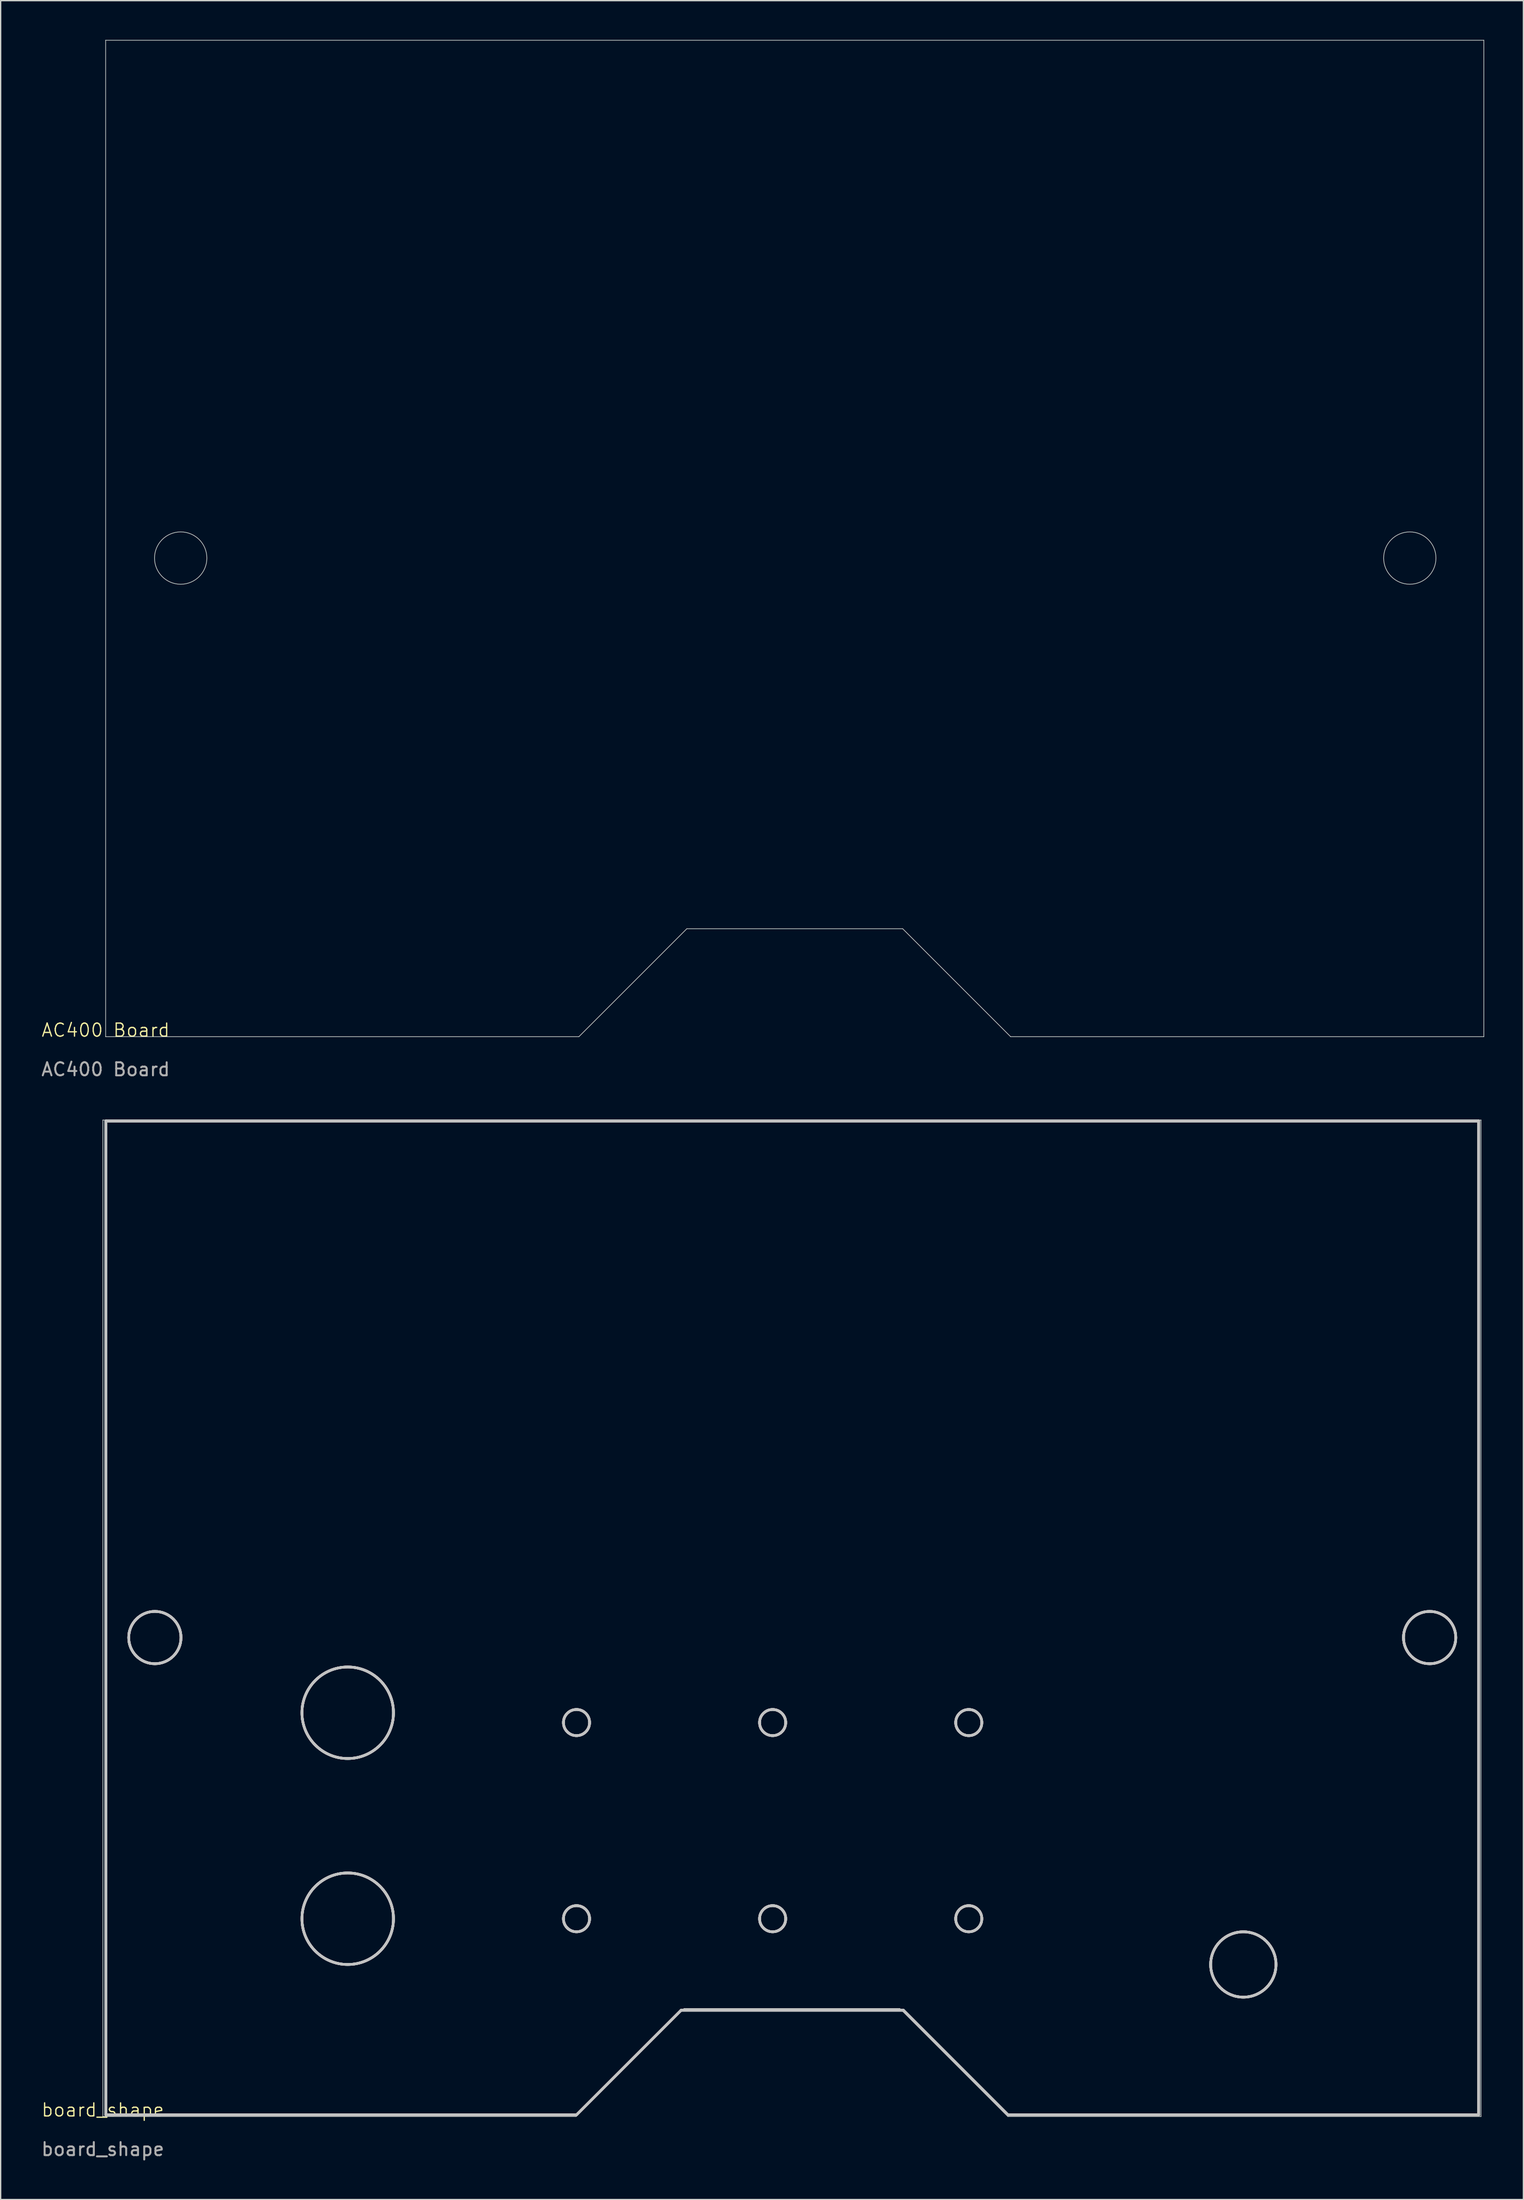
<source format=kicad_pcb>
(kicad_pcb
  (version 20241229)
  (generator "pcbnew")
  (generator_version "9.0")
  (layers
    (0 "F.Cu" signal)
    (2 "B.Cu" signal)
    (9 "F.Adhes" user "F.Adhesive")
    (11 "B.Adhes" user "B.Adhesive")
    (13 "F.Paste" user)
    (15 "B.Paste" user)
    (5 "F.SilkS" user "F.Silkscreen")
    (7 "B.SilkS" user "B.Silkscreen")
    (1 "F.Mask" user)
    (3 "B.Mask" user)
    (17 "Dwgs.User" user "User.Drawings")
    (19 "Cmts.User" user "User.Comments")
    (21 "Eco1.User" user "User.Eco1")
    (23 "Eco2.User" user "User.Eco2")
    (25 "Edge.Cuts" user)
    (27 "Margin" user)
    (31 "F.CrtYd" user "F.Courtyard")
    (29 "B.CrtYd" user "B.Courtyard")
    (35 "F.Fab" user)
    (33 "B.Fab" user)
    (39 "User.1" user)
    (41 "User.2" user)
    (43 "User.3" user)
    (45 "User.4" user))
  (footprint "AC400 Board"
    (layer "F.Cu")
    (at 5.03 76.227)
    (property "Reference" "AC400 Board" (at 0 -0.5 0) (unlocked yes) (layer "F.SilkS") (effects (font (size 1 1) (thickness 0.1))))
    (attr smd)
    (fp_line (start 0 -76.2) (end 105.41 -76.2) (stroke (width 0.05) (type default)) (layer "Edge.Cuts"))
    (fp_line (start 0 0) (end 0 -76.2) (stroke (width 0.05) (type default)) (layer "Edge.Cuts"))
    (fp_line (start 36.195 0) (end 0 0) (stroke (width 0.05) (type default)) (layer "Edge.Cuts"))
    (fp_line (start 44.45 -8.255) (end 36.195 0) (stroke (width 0.05) (type default)) (layer "Edge.Cuts"))
    (fp_line (start 60.96 -8.255) (end 44.45 -8.255) (stroke (width 0.05) (type default)) (layer "Edge.Cuts"))
    (fp_line (start 69.215 0) (end 60.96 -8.255) (stroke (width 0.05) (type default)) (layer "Edge.Cuts"))
    (fp_line (start 105.41 -76.2) (end 105.41 0) (stroke (width 0.05) (type default)) (layer "Edge.Cuts"))
    (fp_line (start 105.41 0) (end 69.215 0) (stroke (width 0.05) (type default)) (layer "Edge.Cuts"))
    (fp_circle (center 5.74 -36.601) (end 7.493 -37.567) (stroke (width 0.05) (type default)) (fill no) (layer "Edge.Cuts"))
    (fp_circle (center 99.746 -36.601) (end 101.041 -38.125) (stroke (width 0.05) (type default)) (fill no) (layer "Edge.Cuts"))
    (fp_line (start 0.229 -76.127) (end 0.229 -0.127) (stroke (width 0.2) (type default)) (layer "User.1"))
    (fp_line (start 0.229 -0.127) (end 36.229 -0.127) (stroke (width 0.2) (type default)) (layer "User.1"))
    (fp_line (start 36.229 -0.127) (end 44.229 -8.127) (stroke (width 0.2) (type default)) (layer "User.1"))
    (fp_line (start 44.229 -8.127) (end 61.229 -8.127) (stroke (width 0.2) (type default)) (layer "User.1"))
    (fp_line (start 61.229 -8.127) (end 69.229 -0.127) (stroke (width 0.2) (type default)) (layer "User.1"))
    (fp_line (start 69.229 -0.127) (end 105.229 -0.127) (stroke (width 0.2) (type default)) (layer "User.1"))
    (fp_line (start 105.229 -76.127) (end 0.229 -76.127) (stroke (width 0.2) (type default)) (layer "User.1"))
    (fp_line (start 105.229 -0.127) (end 105.229 -76.127) (stroke (width 0.2) (type default)) (layer "User.1"))
    (fp_circle (center 5.729 -36.627) (end 7.729 -36.627) (stroke (width 0.2) (type default)) (fill no) (layer "User.1"))
    (fp_circle (center 11.229 -11.627) (end 13.729 -11.627) (stroke (width 0.2) (type default)) (fill no) (layer "User.1"))
    (fp_circle (center 39.229 -30.127) (end 40.229 -30.127) (stroke (width 0.2) (type default)) (fill no) (layer "User.1"))
    (fp_circle (center 39.229 -15.127) (end 40.229 -15.127) (stroke (width 0.2) (type default)) (fill no) (layer "User.1"))
    (fp_circle (center 54.229 -30.127) (end 55.229 -30.127) (stroke (width 0.2) (type default)) (fill no) (layer "User.1"))
    (fp_circle (center 54.229 -15.127) (end 55.229 -15.127) (stroke (width 0.2) (type default)) (fill no) (layer "User.1"))
    (fp_circle (center 69.229 -30.127) (end 70.229 -30.127) (stroke (width 0.2) (type default)) (fill no) (layer "User.1"))
    (fp_circle (center 69.229 -15.127) (end 70.229 -15.127) (stroke (width 0.2) (type default)) (fill no) (layer "User.1"))
    (fp_circle (center 86.729 -30.877) (end 90.229 -30.877) (stroke (width 0.2) (type default)) (fill no) (layer "User.1"))
    (fp_circle (center 86.729 -15.127) (end 90.229 -15.127) (stroke (width 0.2) (type default)) (fill no) (layer "User.1"))
    (fp_circle (center 99.729 -36.627) (end 101.729 -36.627) (stroke (width 0.2) (type default)) (fill no) (layer "User.1"))
    (fp_text user "${REFERENCE}" (at 0 2.5 0) (unlocked yes) (layer "F.Fab") (effects (font (size 1 1) (thickness 0.15)))))
  (footprint "board_shape"
    (layer "F.Cu")
    (at 4.815 158.8)
    (property "Reference" "board_shape" (at 0 -0.5 0) (unlocked yes) (layer "F.SilkS") (effects (font (size 1 1) (thickness 0.1))))
    (attr smd)
    (fp_line (start 0.229 -76.124) (end 105.229 -76.124) (stroke (width 0.2) (type default)) (layer "Dwgs.User"))
    (fp_line (start 0.229 -76.124) (end 105.229 -76.124) (stroke (width 0.2) (type default)) (layer "Dwgs.User"))
    (fp_line (start 0.229 -76.124) (end 105.229 -76.124) (stroke (width 0.2) (type default)) (layer "Dwgs.User"))
    (fp_line (start 0.229 -76.124) (end 105.229 -76.124) (stroke (width 0.2) (type default)) (layer "Dwgs.User"))
    (fp_line (start 0.229 -0.124) (end 0.229 -76.124) (stroke (width 0.2) (type default)) (layer "Dwgs.User"))
    (fp_line (start 0.229 -0.124) (end 0.229 -76.124) (stroke (width 0.2) (type default)) (layer "Dwgs.User"))
    (fp_line (start 0.229 -0.124) (end 0.229 -76.124) (stroke (width 0.2) (type default)) (layer "Dwgs.User"))
    (fp_line (start 0.229 -0.124) (end 0.229 -76.124) (stroke (width 0.2) (type default)) (layer "Dwgs.User"))
    (fp_line (start 36.229 -0.124) (end 0.229 -0.124) (stroke (width 0.2) (type default)) (layer "Dwgs.User"))
    (fp_line (start 36.229 -0.124) (end 0.229 -0.124) (stroke (width 0.2) (type default)) (layer "Dwgs.User"))
    (fp_line (start 36.229 -0.124) (end 0.229 -0.124) (stroke (width 0.2) (type default)) (layer "Dwgs.User"))
    (fp_line (start 36.229 -0.124) (end 0.229 -0.124) (stroke (width 0.2) (type default)) (layer "Dwgs.User"))
    (fp_line (start 44.229 -8.124) (end 36.229 -0.124) (stroke (width 0.2) (type default)) (layer "Dwgs.User"))
    (fp_line (start 44.229 -8.124) (end 36.229 -0.124) (stroke (width 0.2) (type default)) (layer "Dwgs.User"))
    (fp_line (start 44.229 -8.124) (end 36.229 -0.124) (stroke (width 0.2) (type default)) (layer "Dwgs.User"))
    (fp_line (start 44.229 -8.124) (end 36.229 -0.124) (stroke (width 0.2) (type default)) (layer "Dwgs.User"))
    (fp_line (start 61.229 -8.124) (end 44.229 -8.124) (stroke (width 0.2) (type default)) (layer "Dwgs.User"))
    (fp_line (start 61.229 -8.124) (end 44.229 -8.124) (stroke (width 0.2) (type default)) (layer "Dwgs.User"))
    (fp_line (start 61.229 -8.124) (end 44.229 -8.124) (stroke (width 0.2) (type default)) (layer "Dwgs.User"))
    (fp_line (start 61.229 -8.124) (end 44.229 -8.124) (stroke (width 0.2) (type default)) (layer "Dwgs.User"))
    (fp_line (start 69.229 -0.124) (end 61.229 -8.124) (stroke (width 0.2) (type default)) (layer "Dwgs.User"))
    (fp_line (start 69.229 -0.124) (end 61.229 -8.124) (stroke (width 0.2) (type default)) (layer "Dwgs.User"))
    (fp_line (start 69.229 -0.124) (end 61.229 -8.124) (stroke (width 0.2) (type default)) (layer "Dwgs.User"))
    (fp_line (start 69.229 -0.124) (end 61.229 -8.124) (stroke (width 0.2) (type default)) (layer "Dwgs.User"))
    (fp_line (start 105.229 -76.124) (end 105.229 -0.124) (stroke (width 0.2) (type default)) (layer "Dwgs.User"))
    (fp_line (start 105.229 -76.124) (end 105.229 -0.124) (stroke (width 0.2) (type default)) (layer "Dwgs.User"))
    (fp_line (start 105.229 -76.124) (end 105.229 -0.124) (stroke (width 0.2) (type default)) (layer "Dwgs.User"))
    (fp_line (start 105.229 -76.124) (end 105.229 -0.124) (stroke (width 0.2) (type default)) (layer "Dwgs.User"))
    (fp_line (start 105.229 -0.124) (end 69.229 -0.124) (stroke (width 0.2) (type default)) (layer "Dwgs.User"))
    (fp_line (start 105.229 -0.124) (end 69.229 -0.124) (stroke (width 0.2) (type default)) (layer "Dwgs.User"))
    (fp_line (start 105.229 -0.124) (end 69.229 -0.124) (stroke (width 0.2) (type default)) (layer "Dwgs.User"))
    (fp_line (start 105.229 -0.124) (end 69.229 -0.124) (stroke (width 0.2) (type default)) (layer "Dwgs.User"))
    (fp_circle (center 3.979 -36.624) (end 5.979 -36.624) (stroke (width 0.2) (type default)) (fill no) (layer "Dwgs.User"))
    (fp_circle (center 3.979 -36.624) (end 5.979 -36.624) (stroke (width 0.2) (type default)) (fill no) (layer "Dwgs.User"))
    (fp_circle (center 3.979 -36.624) (end 5.979 -36.624) (stroke (width 0.2) (type default)) (fill no) (layer "Dwgs.User"))
    (fp_circle (center 3.979 -36.624) (end 5.979 -36.624) (stroke (width 0.2) (type default)) (fill no) (layer "Dwgs.User"))
    (fp_circle (center 18.729 -30.874) (end 22.229 -30.874) (stroke (width 0.2) (type default)) (fill no) (layer "Dwgs.User"))
    (fp_circle (center 18.729 -30.874) (end 22.229 -30.874) (stroke (width 0.2) (type default)) (fill no) (layer "Dwgs.User"))
    (fp_circle (center 18.729 -30.874) (end 22.229 -30.874) (stroke (width 0.2) (type default)) (fill no) (layer "Dwgs.User"))
    (fp_circle (center 18.729 -30.874) (end 22.229 -30.874) (stroke (width 0.2) (type default)) (fill no) (layer "Dwgs.User"))
    (fp_circle (center 18.729 -15.124) (end 22.229 -15.124) (stroke (width 0.2) (type default)) (fill no) (layer "Dwgs.User"))
    (fp_circle (center 18.729 -15.124) (end 22.229 -15.124) (stroke (width 0.2) (type default)) (fill no) (layer "Dwgs.User"))
    (fp_circle (center 18.729 -15.124) (end 22.229 -15.124) (stroke (width 0.2) (type default)) (fill no) (layer "Dwgs.User"))
    (fp_circle (center 18.729 -15.124) (end 22.229 -15.124) (stroke (width 0.2) (type default)) (fill no) (layer "Dwgs.User"))
    (fp_circle (center 36.229 -30.124) (end 37.229 -30.124) (stroke (width 0.2) (type default)) (fill no) (layer "Dwgs.User"))
    (fp_circle (center 36.229 -30.124) (end 37.229 -30.124) (stroke (width 0.2) (type default)) (fill no) (layer "Dwgs.User"))
    (fp_circle (center 36.229 -30.124) (end 37.229 -30.124) (stroke (width 0.2) (type default)) (fill no) (layer "Dwgs.User"))
    (fp_circle (center 36.229 -30.124) (end 37.229 -30.124) (stroke (width 0.2) (type default)) (fill no) (layer "Dwgs.User"))
    (fp_circle (center 36.229 -15.124) (end 37.229 -15.124) (stroke (width 0.2) (type default)) (fill no) (layer "Dwgs.User"))
    (fp_circle (center 36.229 -15.124) (end 37.229 -15.124) (stroke (width 0.2) (type default)) (fill no) (layer "Dwgs.User"))
    (fp_circle (center 36.229 -15.124) (end 37.229 -15.124) (stroke (width 0.2) (type default)) (fill no) (layer "Dwgs.User"))
    (fp_circle (center 36.229 -15.124) (end 37.229 -15.124) (stroke (width 0.2) (type default)) (fill no) (layer "Dwgs.User"))
    (fp_circle (center 51.229 -30.124) (end 52.229 -30.124) (stroke (width 0.2) (type default)) (fill no) (layer "Dwgs.User"))
    (fp_circle (center 51.229 -30.124) (end 52.229 -30.124) (stroke (width 0.2) (type default)) (fill no) (layer "Dwgs.User"))
    (fp_circle (center 51.229 -30.124) (end 52.229 -30.124) (stroke (width 0.2) (type default)) (fill no) (layer "Dwgs.User"))
    (fp_circle (center 51.229 -30.124) (end 52.229 -30.124) (stroke (width 0.2) (type default)) (fill no) (layer "Dwgs.User"))
    (fp_circle (center 51.229 -15.124) (end 52.229 -15.124) (stroke (width 0.2) (type default)) (fill no) (layer "Dwgs.User"))
    (fp_circle (center 51.229 -15.124) (end 52.229 -15.124) (stroke (width 0.2) (type default)) (fill no) (layer "Dwgs.User"))
    (fp_circle (center 51.229 -15.124) (end 52.229 -15.124) (stroke (width 0.2) (type default)) (fill no) (layer "Dwgs.User"))
    (fp_circle (center 51.229 -15.124) (end 52.229 -15.124) (stroke (width 0.2) (type default)) (fill no) (layer "Dwgs.User"))
    (fp_circle (center 66.229 -30.124) (end 67.229 -30.124) (stroke (width 0.2) (type default)) (fill no) (layer "Dwgs.User"))
    (fp_circle (center 66.229 -30.124) (end 67.229 -30.124) (stroke (width 0.2) (type default)) (fill no) (layer "Dwgs.User"))
    (fp_circle (center 66.229 -30.124) (end 67.229 -30.124) (stroke (width 0.2) (type default)) (fill no) (layer "Dwgs.User"))
    (fp_circle (center 66.229 -30.124) (end 67.229 -30.124) (stroke (width 0.2) (type default)) (fill no) (layer "Dwgs.User"))
    (fp_circle (center 66.229 -15.124) (end 67.229 -15.124) (stroke (width 0.2) (type default)) (fill no) (layer "Dwgs.User"))
    (fp_circle (center 66.229 -15.124) (end 67.229 -15.124) (stroke (width 0.2) (type default)) (fill no) (layer "Dwgs.User"))
    (fp_circle (center 66.229 -15.124) (end 67.229 -15.124) (stroke (width 0.2) (type default)) (fill no) (layer "Dwgs.User"))
    (fp_circle (center 66.229 -15.124) (end 67.229 -15.124) (stroke (width 0.2) (type default)) (fill no) (layer "Dwgs.User"))
    (fp_circle (center 87.229 -11.624) (end 89.729 -11.624) (stroke (width 0.2) (type default)) (fill no) (layer "Dwgs.User"))
    (fp_circle (center 87.229 -11.624) (end 89.729 -11.624) (stroke (width 0.2) (type default)) (fill no) (layer "Dwgs.User"))
    (fp_circle (center 87.229 -11.624) (end 89.729 -11.624) (stroke (width 0.2) (type default)) (fill no) (layer "Dwgs.User"))
    (fp_circle (center 87.229 -11.624) (end 89.729 -11.624) (stroke (width 0.2) (type default)) (fill no) (layer "Dwgs.User"))
    (fp_circle (center 101.479 -36.624) (end 103.479 -36.624) (stroke (width 0.2) (type default)) (fill no) (layer "Dwgs.User"))
    (fp_circle (center 101.479 -36.624) (end 103.479 -36.624) (stroke (width 0.2) (type default)) (fill no) (layer "Dwgs.User"))
    (fp_circle (center 101.479 -36.624) (end 103.479 -36.624) (stroke (width 0.2) (type default)) (fill no) (layer "Dwgs.User"))
    (fp_circle (center 101.479 -36.624) (end 103.479 -36.624) (stroke (width 0.2) (type default)) (fill no) (layer "Dwgs.User"))
    (fp_line (start 0 -76.2) (end 105.41 -76.2) (stroke (width 0.05) (type default)) (layer "Edge.Cuts"))
    (fp_line (start 0 0) (end 0 -76.2) (stroke (width 0.05) (type default)) (layer "Edge.Cuts"))
    (fp_line (start 36.195 0) (end 0 0) (stroke (width 0.05) (type default)) (layer "Edge.Cuts"))
    (fp_line (start 44.45 -8.255) (end 36.195 0) (stroke (width 0.05) (type default)) (layer "Edge.Cuts"))
    (fp_line (start 60.96 -8.255) (end 44.45 -8.255) (stroke (width 0.05) (type default)) (layer "Edge.Cuts"))
    (fp_line (start 69.215 0) (end 60.96 -8.255) (stroke (width 0.05) (type default)) (layer "Edge.Cuts"))
    (fp_line (start 105.41 -76.2) (end 105.41 0) (stroke (width 0.05) (type default)) (layer "Edge.Cuts"))
    (fp_line (start 105.41 0) (end 69.215 0) (stroke (width 0.05) (type default)) (layer "Edge.Cuts"))
    (fp_circle (center 3.962 -36.607) (end 5.715 -37.572) (stroke (width 0.05) (type default)) (fill no) (layer "Edge.Cuts"))
    (fp_circle (center 101.492 -36.627) (end 102.787 -38.151) (stroke (width 0.05) (type default)) (fill no) (layer "Edge.Cuts"))
    (fp_text user "${REFERENCE}" (at 0 2.5 0) (unlocked yes) (layer "F.Fab") (effects (font (size 1 1) (thickness 0.15)))))
  (gr_rect
    (start -3 -3)
    (end 113.465 165.149)
    (stroke (width 0.1) (type default))
    (fill no)
    (layer "Edge.Cuts")))
</source>
